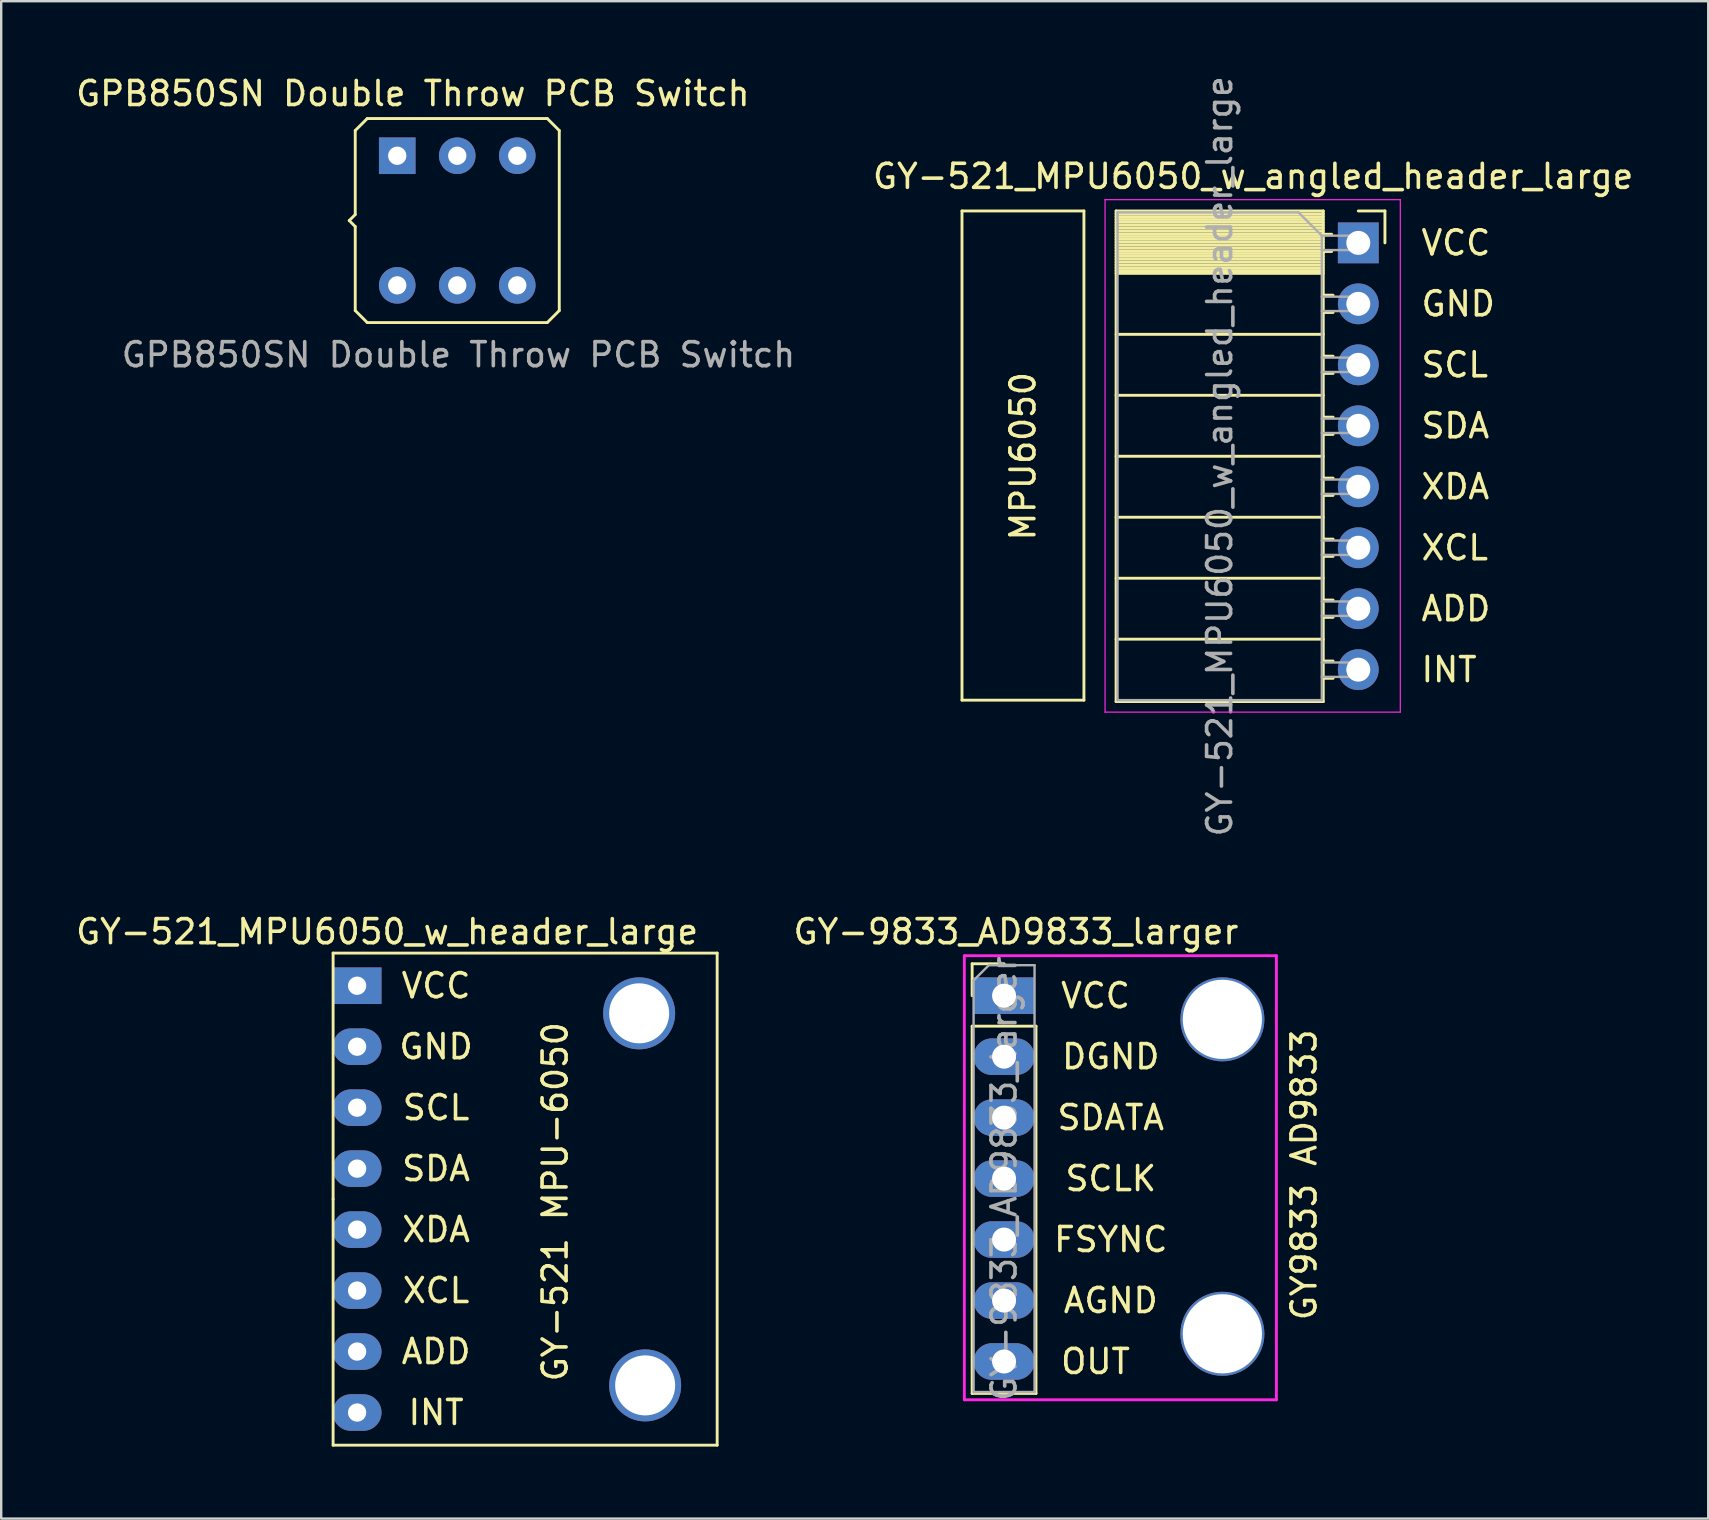
<source format=kicad_pcb>
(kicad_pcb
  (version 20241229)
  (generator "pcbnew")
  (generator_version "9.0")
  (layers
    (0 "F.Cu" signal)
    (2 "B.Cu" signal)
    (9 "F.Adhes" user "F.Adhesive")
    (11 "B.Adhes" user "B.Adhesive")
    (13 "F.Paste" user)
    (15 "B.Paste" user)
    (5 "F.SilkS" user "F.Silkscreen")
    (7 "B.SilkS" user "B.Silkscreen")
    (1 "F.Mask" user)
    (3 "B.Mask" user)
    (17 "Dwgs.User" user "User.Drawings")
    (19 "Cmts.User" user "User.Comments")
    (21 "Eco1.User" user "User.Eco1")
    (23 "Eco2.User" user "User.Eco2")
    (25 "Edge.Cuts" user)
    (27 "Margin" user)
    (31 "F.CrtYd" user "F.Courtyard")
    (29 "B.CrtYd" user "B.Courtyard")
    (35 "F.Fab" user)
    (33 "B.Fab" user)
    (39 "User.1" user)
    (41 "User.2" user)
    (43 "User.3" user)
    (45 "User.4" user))
  (footprint "GY-521_MPU6050_w_header_large"
    (layer "F.Cu")
    (at 11.827 38.015)
    (property "Reference" "GY-521_MPU6050_w_header_large" (at 1.25 -2.25 0) (layer "F.SilkS") (effects (font (size 1 1) (thickness 0.15))))
    (attr through_hole)
    (fp_line (start -1 -1.36) (end 15 -1.36) (stroke (width 0.12) (type solid)) (layer "F.SilkS"))
    (fp_line (start -1 8.89) (end -1 -1.36) (stroke (width 0.12) (type solid)) (layer "F.SilkS"))
    (fp_line (start -1 19.14) (end -1 8.89) (stroke (width 0.12) (type solid)) (layer "F.SilkS"))
    (fp_line (start 15 -1.36) (end 15 19.14) (stroke (width 0.12) (type solid)) (layer "F.SilkS"))
    (fp_line (start 15 19.14) (end -1 19.14) (stroke (width 0.12) (type solid)) (layer "F.SilkS"))
    (fp_text user "GND" (at 3.29 2.54 0) (layer "F.SilkS") (effects (font (size 1 1) (thickness 0.15))))
    (fp_text user "SDA" (at 3.29 7.62 0) (layer "F.SilkS") (effects (font (size 1 1) (thickness 0.15))))
    (fp_text user "INT" (at 3.29 17.78 0) (layer "F.SilkS") (effects (font (size 1 1) (thickness 0.15))))
    (fp_text user "XCL" (at 3.29 12.7 0) (layer "F.SilkS") (effects (font (size 1 1) (thickness 0.15))))
    (fp_text user "XDA" (at 3.29 10.16 0) (layer "F.SilkS") (effects (font (size 1 1) (thickness 0.15))))
    (fp_text user "SCL" (at 3.29 5.08 0) (layer "F.SilkS") (effects (font (size 1 1) (thickness 0.15))))
    (fp_text user "ADD" (at 3.29 15.24 0) (layer "F.SilkS") (effects (font (size 1 1) (thickness 0.15))))
    (fp_text user "VCC" (at 3.29 0 0) (layer "F.SilkS") (effects (font (size 1 1) (thickness 0.15))))
    (fp_text user "GY-521 MPU-6050" (at 8.25 9 90) (layer "F.SilkS") (effects (font (size 1 1) (thickness 0.15))))
    (pad "" np_thru_hole circle (at 11.75 1.15) (size 3 3) (drill 2.5) (layers "*.Cu" "*.Mask"))
    (pad "" np_thru_hole circle (at 12 16.65) (size 3 3) (drill 2.5) (layers "*.Cu" "*.Mask"))
    (pad "1" thru_hole rect (at 0 0) (size 2.032 1.524) (drill 0.762) (layers "*.Cu" "*.Mask"))
    (pad "2" thru_hole oval (at 0 2.54) (size 2.032 1.524) (drill 0.762) (layers "*.Cu" "*.Mask"))
    (pad "3" thru_hole oval (at 0 5.08) (size 2.032 1.524) (drill 0.762) (layers "*.Cu" "*.Mask"))
    (pad "4" thru_hole oval (at 0 7.62) (size 2.032 1.524) (drill 0.762) (layers "*.Cu" "*.Mask"))
    (pad "5" thru_hole oval (at 0 10.16) (size 2.032 1.524) (drill 0.762) (layers "*.Cu" "*.Mask"))
    (pad "6" thru_hole oval (at 0 12.7) (size 2.032 1.524) (drill 0.762) (layers "*.Cu" "*.Mask"))
    (pad "7" thru_hole oval (at 0 15.24) (size 2.032 1.524) (drill 0.762) (layers "*.Cu" "*.Mask"))
    (pad "8" thru_hole oval (at 0 17.78) (size 2.032 1.524) (drill 0.762) (layers "*.Cu" "*.Mask")))
  (footprint "GPB850SN Double Throw PCB Switch"
    (layer "F.Cu")
    (at 15.999 6.138)
    (property "Reference" "GPB850SN Double Throw PCB Switch" (at -1.85 -5.29 0) (unlocked yes) (layer "F.SilkS") (effects (font (size 1 1) (thickness 0.15))))
    (attr through_hole)
    (fp_line (start -4.5 0) (end -4.25 0.25) (stroke (width 0.12) (type default)) (layer "F.SilkS"))
    (fp_line (start -4.25 -3.75) (end -3.75 -4.25) (stroke (width 0.12) (type default)) (layer "F.SilkS"))
    (fp_line (start -4.25 -0.25) (end -4.5 0) (stroke (width 0.12) (type default)) (layer "F.SilkS"))
    (fp_line (start -4.25 -0.25) (end -4.25 -3.75) (stroke (width 0.12) (type default)) (layer "F.SilkS"))
    (fp_line (start -4.25 3.75) (end -4.25 0.25) (stroke (width 0.12) (type default)) (layer "F.SilkS"))
    (fp_line (start -4.25 3.75) (end -3.75 4.25) (stroke (width 0.12) (type default)) (layer "F.SilkS"))
    (fp_line (start -3.75 -4.25) (end 3.75 -4.25) (stroke (width 0.12) (type default)) (layer "F.SilkS"))
    (fp_line (start 3.75 -4.25) (end 4.25 -3.75) (stroke (width 0.12) (type default)) (layer "F.SilkS"))
    (fp_line (start 3.75 4.25) (end -3.75 4.25) (stroke (width 0.12) (type default)) (layer "F.SilkS"))
    (fp_line (start 3.75 4.25) (end 4.25 3.75) (stroke (width 0.12) (type default)) (layer "F.SilkS"))
    (fp_line (start 4.25 -3.75) (end 4.25 3.75) (stroke (width 0.12) (type default)) (layer "F.SilkS"))
    (fp_text user "${REFERENCE}" (at 0.05 5.59 0) (unlocked yes) (layer "F.Fab") (effects (font (size 1 1) (thickness 0.15))))
    (pad "1" thru_hole rect (at -2.5 -2.7) (size 1.524 1.524) (drill 0.762) (layers "*.Cu" "*.Mask"))
    (pad "2" thru_hole circle (at 0 -2.7) (size 1.524 1.524) (drill 0.762) (layers "*.Cu" "*.Mask"))
    (pad "3" thru_hole circle (at 2.5 -2.7) (size 1.524 1.524) (drill 0.762) (layers "*.Cu" "*.Mask"))
    (pad "4" thru_hole circle (at -2.5 2.7) (size 1.524 1.524) (drill 0.762) (layers "*.Cu" "*.Mask"))
    (pad "5" thru_hole circle (at 0 2.7) (size 1.524 1.524) (drill 0.762) (layers "*.Cu" "*.Mask"))
    (pad "6" thru_hole circle (at 2.5 2.7) (size 1.524 1.524) (drill 0.762) (layers "*.Cu" "*.Mask")))
  (footprint "GY-9833_AD9833_larger"
    (layer "F.Cu")
    (at 38.775 38.395)
    (property "Reference" "GY-9833_AD9833_larger" (at 0.499 -2.63 0) (layer "F.SilkS") (effects (font (size 1 1) (thickness 0.15))))
    (attr through_hole)
    (fp_line (start -1.326 -1.295) (end 0.004 -1.295) (stroke (width 0.12) (type solid)) (layer "F.SilkS"))
    (fp_line (start -1.326 0.035) (end -1.326 -1.295) (stroke (width 0.12) (type solid)) (layer "F.SilkS"))
    (fp_line (start -1.326 1.305) (end -1.326 16.605) (stroke (width 0.12) (type solid)) (layer "F.SilkS"))
    (fp_line (start -1.326 1.305) (end 1.334 1.305) (stroke (width 0.12) (type solid)) (layer "F.SilkS"))
    (fp_line (start -1.326 16.605) (end 1.334 16.605) (stroke (width 0.12) (type solid)) (layer "F.SilkS"))
    (fp_line (start 1.334 1.305) (end 1.334 16.605) (stroke (width 0.12) (type solid)) (layer "F.SilkS"))
    (fp_line (start -1.651 -1.63) (end -1.651 16.87) (stroke (width 0.12) (type solid)) (layer "F.CrtYd"))
    (fp_line (start -1.651 -1.63) (end 11.349 -1.63) (stroke (width 0.12) (type solid)) (layer "F.CrtYd"))
    (fp_line (start -1.651 16.87) (end 11.349 16.87) (stroke (width 0.12) (type solid)) (layer "F.CrtYd"))
    (fp_line (start 11.349 -1.63) (end 11.349 16.87) (stroke (width 0.12) (type solid)) (layer "F.CrtYd"))
    (fp_line (start -1.266 -0.6) (end -0.631 -1.235) (stroke (width 0.1) (type solid)) (layer "F.Fab"))
    (fp_line (start -1.266 16.545) (end -1.266 -0.6) (stroke (width 0.1) (type solid)) (layer "F.Fab"))
    (fp_line (start -0.631 -1.235) (end 1.274 -1.235) (stroke (width 0.1) (type solid)) (layer "F.Fab"))
    (fp_line (start 1.274 -1.235) (end 1.274 16.545) (stroke (width 0.1) (type solid)) (layer "F.Fab"))
    (fp_line (start 1.274 16.545) (end -1.266 16.545) (stroke (width 0.1) (type solid)) (layer "F.Fab"))
    (fp_text user "FSYNC" (at 4.449 10.195 180) (layer "F.SilkS") (effects (font (size 1 1) (thickness 0.15))))
    (fp_text user "SCLK" (at 4.449 7.655 180) (layer "F.SilkS") (effects (font (size 1 1) (thickness 0.15))))
    (fp_text user "GY9833 AD9833" (at 12.5 7.5 90) (layer "F.SilkS") (effects (font (size 1 1) (thickness 0.15))))
    (fp_text user "AGND" (at 4.449 12.735 180) (layer "F.SilkS") (effects (font (size 1 1) (thickness 0.15))))
    (fp_text user "SDATA" (at 4.449 5.115 180) (layer "F.SilkS") (effects (font (size 1 1) (thickness 0.15))))
    (fp_text user "OUT" (at 3.814 15.275 180) (layer "F.SilkS") (effects (font (size 1 1) (thickness 0.15))))
    (fp_text user "DGND" (at 4.449 2.575 180) (layer "F.SilkS") (effects (font (size 1 1) (thickness 0.15))))
    (fp_text user "VCC" (at 3.814 0.035 180) (layer "F.SilkS") (effects (font (size 1 1) (thickness 0.15))))
    (fp_text user "${REFERENCE}" (at 0.004 7.655 90) (layer "F.Fab") (effects (font (size 1 1) (thickness 0.15))))
    (pad "" thru_hole circle (at 9.099 1.02 180) (size 3.5 3.5) (drill 3.3) (layers "*.Cu" "*.Mask"))
    (pad "" thru_hole circle (at 9.099 14.12 180) (size 3.5 3.5) (drill 3.3) (layers "*.Cu" "*.Mask"))
    (pad "1" thru_hole rect (at 0.004 0.035) (size 2.54 1.524) (drill 1) (layers "*.Cu" "*.Mask"))
    (pad "2" thru_hole oval (at 0.004 2.575) (size 2.54 1.524) (drill 1) (layers "*.Cu" "*.Mask"))
    (pad "3" thru_hole oval (at 0.004 5.115) (size 2.54 1.524) (drill 1) (layers "*.Cu" "*.Mask"))
    (pad "4" thru_hole oval (at 0.004 7.655) (size 2.54 1.524) (drill 1) (layers "*.Cu" "*.Mask"))
    (pad "5" thru_hole oval (at 0.004 10.195) (size 2.54 1.524) (drill 1) (layers "*.Cu" "*.Mask"))
    (pad "6" thru_hole oval (at 0.004 12.735) (size 2.54 1.524) (drill 1) (layers "*.Cu" "*.Mask"))
    (pad "7" thru_hole oval (at 0.004 15.275) (size 2.54 1.524) (drill 1) (layers "*.Cu" "*.Mask")))
  (footprint "GY-521_MPU6050_w_angled_header_large"
    (layer "F.Cu")
    (at 53.536 7.068)
    (property "Reference" "GY-521_MPU6050_w_angled_header_large" (at -4.38 -2.77 0) (layer "F.SilkS") (effects (font (size 1 1) (thickness 0.15))))
    (attr through_hole)
    (fp_line (start -16.51 -1.33) (end -11.43 -1.33) (stroke (width 0.12) (type solid)) (layer "F.SilkS"))
    (fp_line (start -16.51 19.05) (end -16.51 -1.33) (stroke (width 0.12) (type solid)) (layer "F.SilkS"))
    (fp_line (start -11.43 -1.33) (end -11.43 19.05) (stroke (width 0.12) (type solid)) (layer "F.SilkS"))
    (fp_line (start -11.43 19.05) (end -16.51 19.05) (stroke (width 0.12) (type solid)) (layer "F.SilkS"))
    (fp_line (start -10.09 -1.33) (end -10.09 19.11) (stroke (width 0.12) (type solid)) (layer "F.SilkS"))
    (fp_line (start -10.09 -1.33) (end -1.46 -1.33) (stroke (width 0.12) (type solid)) (layer "F.SilkS"))
    (fp_line (start -10.09 -1.21) (end -1.46 -1.21) (stroke (width 0.12) (type solid)) (layer "F.SilkS"))
    (fp_line (start -10.09 -1.092) (end -1.46 -1.092) (stroke (width 0.12) (type solid)) (layer "F.SilkS"))
    (fp_line (start -10.09 -0.974) (end -1.46 -0.974) (stroke (width 0.12) (type solid)) (layer "F.SilkS"))
    (fp_line (start -10.09 -0.856) (end -1.46 -0.856) (stroke (width 0.12) (type solid)) (layer "F.SilkS"))
    (fp_line (start -10.09 -0.738) (end -1.46 -0.738) (stroke (width 0.12) (type solid)) (layer "F.SilkS"))
    (fp_line (start -10.09 -0.62) (end -1.46 -0.62) (stroke (width 0.12) (type solid)) (layer "F.SilkS"))
    (fp_line (start -10.09 -0.501) (end -1.46 -0.501) (stroke (width 0.12) (type solid)) (layer "F.SilkS"))
    (fp_line (start -10.09 -0.383) (end -1.46 -0.383) (stroke (width 0.12) (type solid)) (layer "F.SilkS"))
    (fp_line (start -10.09 -0.265) (end -1.46 -0.265) (stroke (width 0.12) (type solid)) (layer "F.SilkS"))
    (fp_line (start -10.09 -0.147) (end -1.46 -0.147) (stroke (width 0.12) (type solid)) (layer "F.SilkS"))
    (fp_line (start -10.09 -0.029) (end -1.46 -0.029) (stroke (width 0.12) (type solid)) (layer "F.SilkS"))
    (fp_line (start -10.09 0.089) (end -1.46 0.089) (stroke (width 0.12) (type solid)) (layer "F.SilkS"))
    (fp_line (start -10.09 0.207) (end -1.46 0.207) (stroke (width 0.12) (type solid)) (layer "F.SilkS"))
    (fp_line (start -10.09 0.325) (end -1.46 0.325) (stroke (width 0.12) (type solid)) (layer "F.SilkS"))
    (fp_line (start -10.09 0.443) (end -1.46 0.443) (stroke (width 0.12) (type solid)) (layer "F.SilkS"))
    (fp_line (start -10.09 0.561) (end -1.46 0.561) (stroke (width 0.12) (type solid)) (layer "F.SilkS"))
    (fp_line (start -10.09 0.68) (end -1.46 0.68) (stroke (width 0.12) (type solid)) (layer "F.SilkS"))
    (fp_line (start -10.09 0.798) (end -1.46 0.798) (stroke (width 0.12) (type solid)) (layer "F.SilkS"))
    (fp_line (start -10.09 0.916) (end -1.46 0.916) (stroke (width 0.12) (type solid)) (layer "F.SilkS"))
    (fp_line (start -10.09 1.034) (end -1.46 1.034) (stroke (width 0.12) (type solid)) (layer "F.SilkS"))
    (fp_line (start -10.09 1.152) (end -1.46 1.152) (stroke (width 0.12) (type solid)) (layer "F.SilkS"))
    (fp_line (start -10.09 1.27) (end -1.46 1.27) (stroke (width 0.12) (type solid)) (layer "F.SilkS"))
    (fp_line (start -10.09 3.81) (end -1.46 3.81) (stroke (width 0.12) (type solid)) (layer "F.SilkS"))
    (fp_line (start -10.09 6.35) (end -1.46 6.35) (stroke (width 0.12) (type solid)) (layer "F.SilkS"))
    (fp_line (start -10.09 8.89) (end -1.46 8.89) (stroke (width 0.12) (type solid)) (layer "F.SilkS"))
    (fp_line (start -10.09 11.43) (end -1.46 11.43) (stroke (width 0.12) (type solid)) (layer "F.SilkS"))
    (fp_line (start -10.09 13.97) (end -1.46 13.97) (stroke (width 0.12) (type solid)) (layer "F.SilkS"))
    (fp_line (start -10.09 16.51) (end -1.46 16.51) (stroke (width 0.12) (type solid)) (layer "F.SilkS"))
    (fp_line (start -10.09 19.11) (end -1.46 19.11) (stroke (width 0.12) (type solid)) (layer "F.SilkS"))
    (fp_line (start -1.46 -1.33) (end -1.46 19.11) (stroke (width 0.12) (type solid)) (layer "F.SilkS"))
    (fp_line (start -1.46 -0.36) (end -1.11 -0.36) (stroke (width 0.12) (type solid)) (layer "F.SilkS"))
    (fp_line (start -1.46 0.36) (end -1.11 0.36) (stroke (width 0.12) (type solid)) (layer "F.SilkS"))
    (fp_line (start -1.46 2.18) (end -1.05 2.18) (stroke (width 0.12) (type solid)) (layer "F.SilkS"))
    (fp_line (start -1.46 2.9) (end -1.05 2.9) (stroke (width 0.12) (type solid)) (layer "F.SilkS"))
    (fp_line (start -1.46 4.72) (end -1.05 4.72) (stroke (width 0.12) (type solid)) (layer "F.SilkS"))
    (fp_line (start -1.46 5.44) (end -1.05 5.44) (stroke (width 0.12) (type solid)) (layer "F.SilkS"))
    (fp_line (start -1.46 7.26) (end -1.05 7.26) (stroke (width 0.12) (type solid)) (layer "F.SilkS"))
    (fp_line (start -1.46 7.98) (end -1.05 7.98) (stroke (width 0.12) (type solid)) (layer "F.SilkS"))
    (fp_line (start -1.46 9.8) (end -1.05 9.8) (stroke (width 0.12) (type solid)) (layer "F.SilkS"))
    (fp_line (start -1.46 10.52) (end -1.05 10.52) (stroke (width 0.12) (type solid)) (layer "F.SilkS"))
    (fp_line (start -1.46 12.34) (end -1.05 12.34) (stroke (width 0.12) (type solid)) (layer "F.SilkS"))
    (fp_line (start -1.46 13.06) (end -1.05 13.06) (stroke (width 0.12) (type solid)) (layer "F.SilkS"))
    (fp_line (start -1.46 14.88) (end -1.05 14.88) (stroke (width 0.12) (type solid)) (layer "F.SilkS"))
    (fp_line (start -1.46 15.6) (end -1.05 15.6) (stroke (width 0.12) (type solid)) (layer "F.SilkS"))
    (fp_line (start -1.46 17.42) (end -1.05 17.42) (stroke (width 0.12) (type solid)) (layer "F.SilkS"))
    (fp_line (start -1.46 18.14) (end -1.05 18.14) (stroke (width 0.12) (type solid)) (layer "F.SilkS"))
    (fp_line (start 0 -1.33) (end 1.11 -1.33) (stroke (width 0.12) (type solid)) (layer "F.SilkS"))
    (fp_line (start 1.11 -1.33) (end 1.11 0) (stroke (width 0.12) (type solid)) (layer "F.SilkS"))
    (fp_line (start -10.55 -1.8) (end -10.55 19.55) (stroke (width 0.05) (type solid)) (layer "F.CrtYd"))
    (fp_line (start -10.55 19.55) (end 1.75 19.55) (stroke (width 0.05) (type solid)) (layer "F.CrtYd"))
    (fp_line (start 1.75 -1.8) (end -10.55 -1.8) (stroke (width 0.05) (type solid)) (layer "F.CrtYd"))
    (fp_line (start 1.75 19.55) (end 1.75 -1.8) (stroke (width 0.05) (type solid)) (layer "F.CrtYd"))
    (fp_line (start -10.03 -1.27) (end -2.49 -1.27) (stroke (width 0.1) (type solid)) (layer "F.Fab"))
    (fp_line (start -10.03 19.05) (end -10.03 -1.27) (stroke (width 0.1) (type solid)) (layer "F.Fab"))
    (fp_line (start -2.49 -1.27) (end -1.52 -0.3) (stroke (width 0.1) (type solid)) (layer "F.Fab"))
    (fp_line (start -1.52 -0.3) (end -1.52 19.05) (stroke (width 0.1) (type solid)) (layer "F.Fab"))
    (fp_line (start -1.52 0.3) (end 0 0.3) (stroke (width 0.1) (type solid)) (layer "F.Fab"))
    (fp_line (start -1.52 2.84) (end 0 2.84) (stroke (width 0.1) (type solid)) (layer "F.Fab"))
    (fp_line (start -1.52 5.38) (end 0 5.38) (stroke (width 0.1) (type solid)) (layer "F.Fab"))
    (fp_line (start -1.52 7.92) (end 0 7.92) (stroke (width 0.1) (type solid)) (layer "F.Fab"))
    (fp_line (start -1.52 10.46) (end 0 10.46) (stroke (width 0.1) (type solid)) (layer "F.Fab"))
    (fp_line (start -1.52 13) (end 0 13) (stroke (width 0.1) (type solid)) (layer "F.Fab"))
    (fp_line (start -1.52 15.54) (end 0 15.54) (stroke (width 0.1) (type solid)) (layer "F.Fab"))
    (fp_line (start -1.52 18.08) (end 0 18.08) (stroke (width 0.1) (type solid)) (layer "F.Fab"))
    (fp_line (start -1.52 19.05) (end -10.03 19.05) (stroke (width 0.1) (type solid)) (layer "F.Fab"))
    (fp_line (start 0 -0.3) (end -1.52 -0.3) (stroke (width 0.1) (type solid)) (layer "F.Fab"))
    (fp_line (start 0 0.3) (end 0 -0.3) (stroke (width 0.1) (type solid)) (layer "F.Fab"))
    (fp_line (start 0 2.24) (end -1.52 2.24) (stroke (width 0.1) (type solid)) (layer "F.Fab"))
    (fp_line (start 0 2.84) (end 0 2.24) (stroke (width 0.1) (type solid)) (layer "F.Fab"))
    (fp_line (start 0 4.78) (end -1.52 4.78) (stroke (width 0.1) (type solid)) (layer "F.Fab"))
    (fp_line (start 0 5.38) (end 0 4.78) (stroke (width 0.1) (type solid)) (layer "F.Fab"))
    (fp_line (start 0 7.32) (end -1.52 7.32) (stroke (width 0.1) (type solid)) (layer "F.Fab"))
    (fp_line (start 0 7.92) (end 0 7.32) (stroke (width 0.1) (type solid)) (layer "F.Fab"))
    (fp_line (start 0 9.86) (end -1.52 9.86) (stroke (width 0.1) (type solid)) (layer "F.Fab"))
    (fp_line (start 0 10.46) (end 0 9.86) (stroke (width 0.1) (type solid)) (layer "F.Fab"))
    (fp_line (start 0 12.4) (end -1.52 12.4) (stroke (width 0.1) (type solid)) (layer "F.Fab"))
    (fp_line (start 0 13) (end 0 12.4) (stroke (width 0.1) (type solid)) (layer "F.Fab"))
    (fp_line (start 0 14.94) (end -1.52 14.94) (stroke (width 0.1) (type solid)) (layer "F.Fab"))
    (fp_line (start 0 15.54) (end 0 14.94) (stroke (width 0.1) (type solid)) (layer "F.Fab"))
    (fp_line (start 0 17.48) (end -1.52 17.48) (stroke (width 0.1) (type solid)) (layer "F.Fab"))
    (fp_line (start 0 18.08) (end 0 17.48) (stroke (width 0.1) (type solid)) (layer "F.Fab"))
    (fp_text user "XCL" (at 2.54 12.7 0) (unlocked yes) (layer "F.SilkS") (effects (font (size 1 1) (thickness 0.15)) (justify left)))
    (fp_text user "INT" (at 2.54 17.78 0) (unlocked yes) (layer "F.SilkS") (effects (font (size 1 1) (thickness 0.15)) (justify left)))
    (fp_text user "GND" (at 2.54 2.54 0) (unlocked yes) (layer "F.SilkS") (effects (font (size 1 1) (thickness 0.15)) (justify left)))
    (fp_text user "SCL" (at 2.54 5.08 0) (unlocked yes) (layer "F.SilkS") (effects (font (size 1 1) (thickness 0.15)) (justify left)))
    (fp_text user "ADD" (at 2.54 15.24 0) (unlocked yes) (layer "F.SilkS") (effects (font (size 1 1) (thickness 0.15)) (justify left)))
    (fp_text user "VCC" (at 2.54 0 0) (unlocked yes) (layer "F.SilkS") (effects (font (size 1 1) (thickness 0.15)) (justify left)))
    (fp_text user "SDA" (at 2.54 7.62 0) (unlocked yes) (layer "F.SilkS") (effects (font (size 1 1) (thickness 0.15)) (justify left)))
    (fp_text user "MPU6050" (at -13.97 8.89 90) (unlocked yes) (layer "F.SilkS") (effects (font (size 1 1) (thickness 0.15))))
    (fp_text user "XDA" (at 2.54 10.16 0) (unlocked yes) (layer "F.SilkS") (effects (font (size 1 1) (thickness 0.15)) (justify left)))
    (fp_text user "${REFERENCE}" (at -5.775 8.89 90) (layer "F.Fab") (effects (font (size 1 1) (thickness 0.15))))
    (pad "1" thru_hole rect (at 0 0) (size 1.7 1.7) (drill 1) (layers "*.Cu" "*.Mask"))
    (pad "2" thru_hole oval (at 0 2.54) (size 1.7 1.7) (drill 1) (layers "*.Cu" "*.Mask"))
    (pad "3" thru_hole oval (at 0 5.08) (size 1.7 1.7) (drill 1) (layers "*.Cu" "*.Mask"))
    (pad "4" thru_hole oval (at 0 7.62) (size 1.7 1.7) (drill 1) (layers "*.Cu" "*.Mask"))
    (pad "5" thru_hole oval (at 0 10.16) (size 1.7 1.7) (drill 1) (layers "*.Cu" "*.Mask"))
    (pad "6" thru_hole oval (at 0 12.7) (size 1.7 1.7) (drill 1) (layers "*.Cu" "*.Mask"))
    (pad "7" thru_hole oval (at 0 15.24) (size 1.7 1.7) (drill 1) (layers "*.Cu" "*.Mask"))
    (pad "8" thru_hole oval (at 0 17.78) (size 1.7 1.7) (drill 1) (layers "*.Cu" "*.Mask")))
  (gr_rect
    (start -3 -3)
    (end 68.114 60.215)
    (stroke (width 0.1) (type default))
    (fill no)
    (layer "Edge.Cuts")))
</source>
